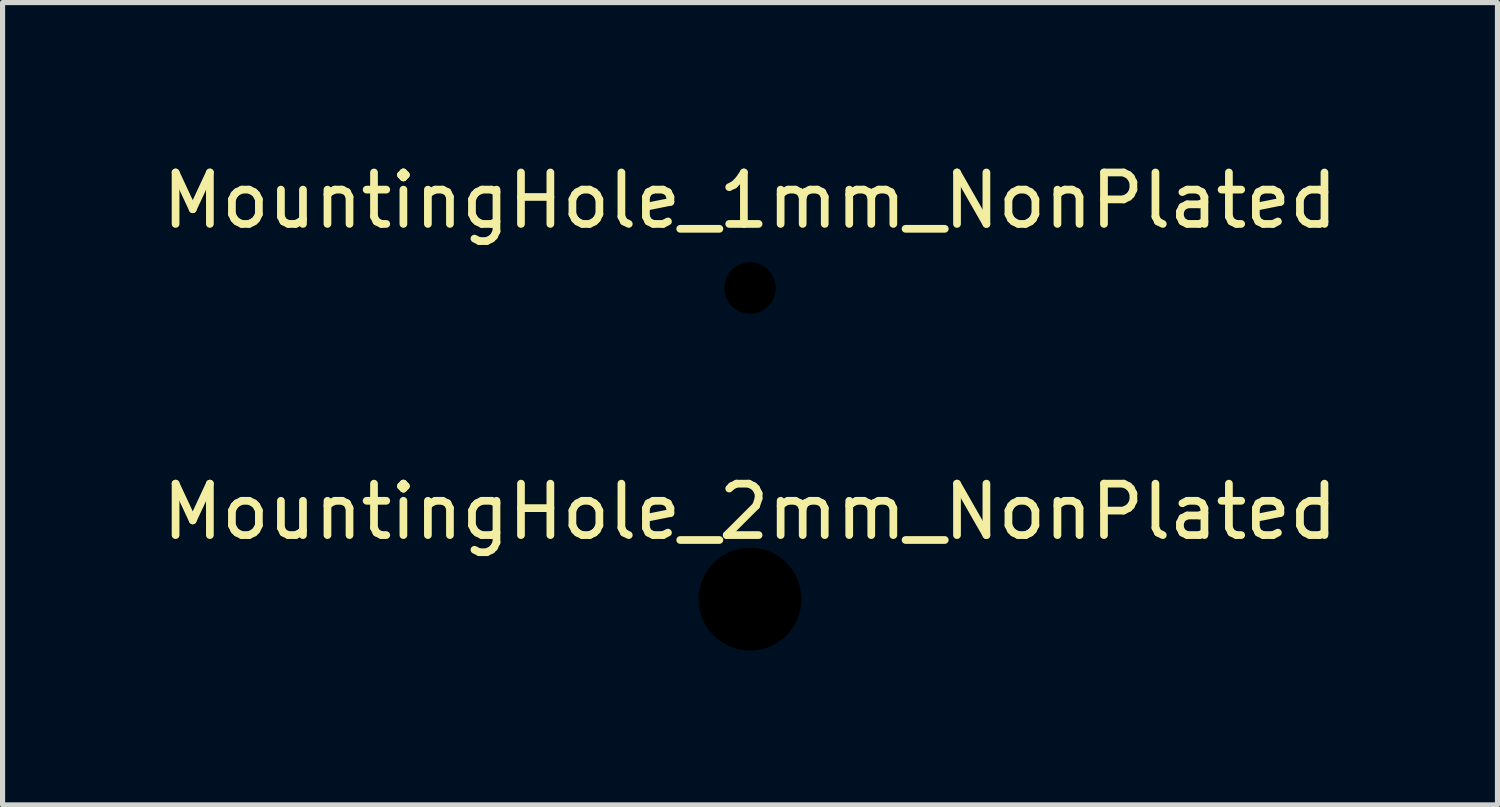
<source format=kicad_pcb>
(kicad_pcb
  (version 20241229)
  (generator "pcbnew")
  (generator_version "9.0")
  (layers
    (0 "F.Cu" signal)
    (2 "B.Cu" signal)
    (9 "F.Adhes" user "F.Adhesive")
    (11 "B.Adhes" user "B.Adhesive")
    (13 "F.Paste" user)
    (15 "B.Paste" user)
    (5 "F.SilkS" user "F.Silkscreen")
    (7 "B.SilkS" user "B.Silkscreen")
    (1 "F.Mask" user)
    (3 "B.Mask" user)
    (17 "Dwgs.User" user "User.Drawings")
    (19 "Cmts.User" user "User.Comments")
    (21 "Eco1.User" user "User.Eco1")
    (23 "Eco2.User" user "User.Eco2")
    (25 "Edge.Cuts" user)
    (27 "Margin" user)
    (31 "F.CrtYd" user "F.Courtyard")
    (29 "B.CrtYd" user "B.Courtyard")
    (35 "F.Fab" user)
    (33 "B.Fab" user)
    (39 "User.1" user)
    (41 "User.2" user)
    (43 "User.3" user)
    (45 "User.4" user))
  (footprint "MountingHole_2mm_NonPlated"
    (layer "F.Cu")
    (at 11.53 8.597)
    (property "Reference" "MountingHole_2mm_NonPlated" (at 0 -1.7 0) (unlocked yes) (layer "F.SilkS") (effects (font (size 1 1) (thickness 0.15))))
    (attr smd)
    (pad "" np_thru_hole circle (at 0 0) (size 2 2) (drill 2) (layers "*.Mask")))
  (footprint "MountingHole_1mm_NonPlated"
    (layer "F.Cu")
    (at 11.53 2.548)
    (property "Reference" "MountingHole_1mm_NonPlated" (at 0 -1.7 0) (unlocked yes) (layer "F.SilkS") (effects (font (size 1 1) (thickness 0.15))))
    (attr smd)
    (pad "" np_thru_hole circle (at 0 0) (size 1 1) (drill 1) (layers "*.Mask")))
  (gr_rect
    (start -3 -3)
    (end 26.06 12.597)
    (stroke (width 0.1) (type default))
    (fill no)
    (layer "Edge.Cuts")))
</source>
